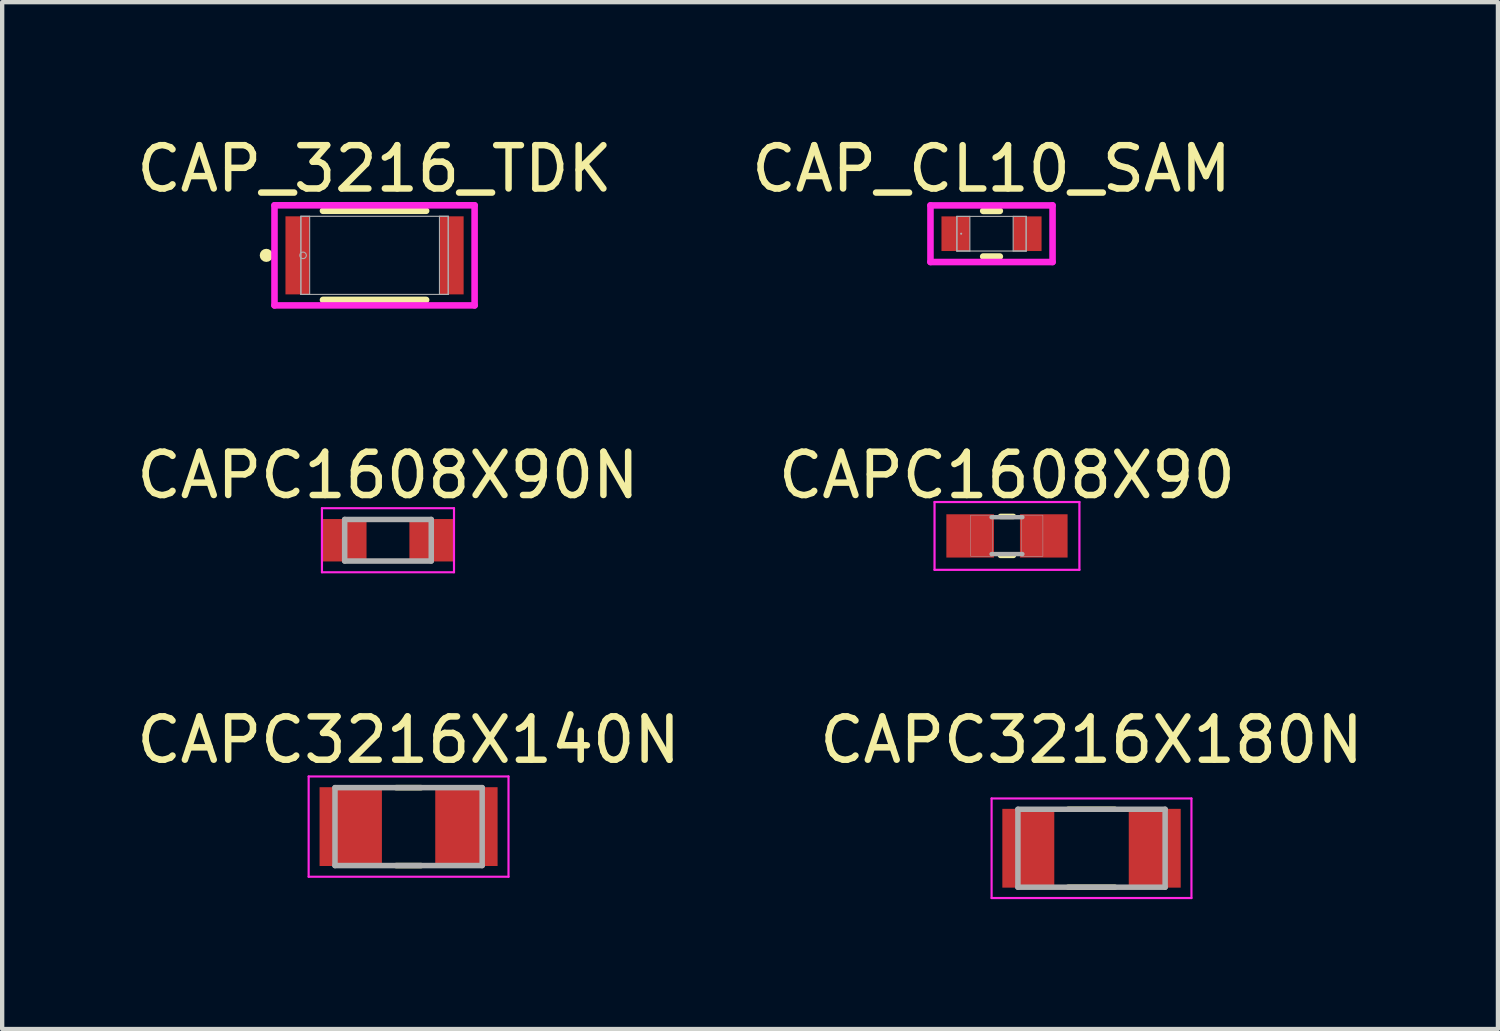
<source format=kicad_pcb>
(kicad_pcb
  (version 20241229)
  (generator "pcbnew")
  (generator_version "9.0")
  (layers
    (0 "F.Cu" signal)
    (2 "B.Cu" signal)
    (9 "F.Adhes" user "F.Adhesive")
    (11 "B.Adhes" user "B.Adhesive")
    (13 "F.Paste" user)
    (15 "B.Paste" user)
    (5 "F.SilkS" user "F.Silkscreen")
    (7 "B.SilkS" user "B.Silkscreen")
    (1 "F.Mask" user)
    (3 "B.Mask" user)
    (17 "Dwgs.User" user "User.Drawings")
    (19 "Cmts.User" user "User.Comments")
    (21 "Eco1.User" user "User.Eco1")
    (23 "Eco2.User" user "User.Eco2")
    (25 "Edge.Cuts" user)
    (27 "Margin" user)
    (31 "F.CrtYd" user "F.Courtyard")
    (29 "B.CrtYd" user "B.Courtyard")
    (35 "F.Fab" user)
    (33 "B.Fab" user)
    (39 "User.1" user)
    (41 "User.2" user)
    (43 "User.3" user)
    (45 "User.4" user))
  (footprint "CAPC1608X90N"
    (layer "F.Cu")
    (at 5.911 9.428)
    (property "Reference" "CAPC1608X90N" (at 0 -1.5 0) (layer "F.SilkS") (effects (font (size 1 1) (thickness 0.15))))
    (attr smd)
    (fp_line (start -1.525 -0.74) (end 1.525 -0.74) (stroke (width 0.05) (type solid)) (layer "F.CrtYd"))
    (fp_line (start -1.525 0.74) (end -1.525 -0.74) (stroke (width 0.05) (type solid)) (layer "F.CrtYd"))
    (fp_line (start -1.525 0.74) (end 1.525 0.74) (stroke (width 0.05) (type solid)) (layer "F.CrtYd"))
    (fp_line (start 1.525 0.74) (end 1.525 -0.74) (stroke (width 0.05) (type solid)) (layer "F.CrtYd"))
    (fp_line (start -1 0.48) (end -1 -0.48) (stroke (width 0.127) (type solid)) (layer "F.Fab"))
    (fp_line (start 1 -0.48) (end -1 -0.48) (stroke (width 0.127) (type solid)) (layer "F.Fab"))
    (fp_line (start 1 0.48) (end -1 0.48) (stroke (width 0.127) (type solid)) (layer "F.Fab"))
    (fp_line (start 1 0.48) (end 1 -0.48) (stroke (width 0.127) (type solid)) (layer "F.Fab"))
    (pad "1" smd rect (at -1 0) (size 1.01 0.98) (layers "F.Cu" "F.Mask" "F.Paste"))
    (pad "2" smd rect (at 1 0) (size 1.01 0.98) (layers "F.Cu" "F.Mask" "F.Paste")))
  (footprint "CAP_CL10_SAM"
    (layer "F.Cu")
    (at 19.851 2.348)
    (property "Reference" "CAP_CL10_SAM" (at 0 -1.5 0) (unlocked yes) (layer "F.SilkS") (effects (font (size 1 1) (thickness 0.15))))
    (attr smd)
    (fp_line (start -0.192 0.527) (end 0.192 0.527) (stroke (width 0.152) (type solid)) (layer "F.SilkS"))
    (fp_line (start 0.192 -0.527) (end -0.192 -0.527) (stroke (width 0.152) (type solid)) (layer "F.SilkS"))
    (fp_line (start -1.41 -0.654) (end 1.41 -0.654) (stroke (width 0.152) (type solid)) (layer "F.CrtYd"))
    (fp_line (start -1.41 0.654) (end -1.41 -0.654) (stroke (width 0.152) (type solid)) (layer "F.CrtYd"))
    (fp_line (start 1.41 -0.654) (end 1.41 0.654) (stroke (width 0.152) (type solid)) (layer "F.CrtYd"))
    (fp_line (start 1.41 0.654) (end -1.41 0.654) (stroke (width 0.152) (type solid)) (layer "F.CrtYd"))
    (fp_line (start -0.8 -0.4) (end -0.8 0.4) (stroke (width 0.025) (type solid)) (layer "F.Fab"))
    (fp_line (start -0.8 -0.4) (end -0.8 0.4) (stroke (width 0.025) (type solid)) (layer "F.Fab"))
    (fp_line (start -0.8 0.4) (end -0.5 0.4) (stroke (width 0.025) (type solid)) (layer "F.Fab"))
    (fp_line (start -0.8 0.4) (end 0.8 0.4) (stroke (width 0.025) (type solid)) (layer "F.Fab"))
    (fp_line (start -0.5 -0.4) (end -0.8 -0.4) (stroke (width 0.025) (type solid)) (layer "F.Fab"))
    (fp_line (start -0.5 0.4) (end -0.5 -0.4) (stroke (width 0.025) (type solid)) (layer "F.Fab"))
    (fp_line (start 0.5 -0.4) (end 0.5 0.4) (stroke (width 0.025) (type solid)) (layer "F.Fab"))
    (fp_line (start 0.5 0.4) (end 0.8 0.4) (stroke (width 0.025) (type solid)) (layer "F.Fab"))
    (fp_line (start 0.8 -0.4) (end -0.8 -0.4) (stroke (width 0.025) (type solid)) (layer "F.Fab"))
    (fp_line (start 0.8 -0.4) (end 0.5 -0.4) (stroke (width 0.025) (type solid)) (layer "F.Fab"))
    (fp_line (start 0.8 0.4) (end 0.8 -0.4) (stroke (width 0.025) (type solid)) (layer "F.Fab"))
    (fp_line (start 0.8 0.4) (end 0.8 -0.4) (stroke (width 0.025) (type solid)) (layer "F.Fab"))
    (fp_circle (center -0.701 0) (end -0.701 0) (stroke (width 0.025) (type solid)) (fill no) (layer "F.Fab"))
    (pad "1" smd rect (at -0.828 0) (size 0.656 0.8) (layers "F.Cu" "F.Mask" "F.Paste"))
    (pad "2" smd rect (at 0.828 0) (size 0.656 0.8) (layers "F.Cu" "F.Mask" "F.Paste"))
    (zone (net_name "") (layer "F.Cu") (hatch full 0.508) (connect_pads) (min_thickness 0.254) (filled_areas_thickness no) (keepout (tracks not_allowed) (vias not_allowed) (pads allowed) (copperpour not_allowed) (footprints allowed)) (placement (enabled no)) (fill) (polygon (pts (xy 19.402 1.999) (xy 20.3 1.999) (xy 20.3 2.697) (xy 19.402 2.697)))))
  (footprint "CAPC3216X180N"
    (layer "F.Cu")
    (at 22.161 16.542)
    (property "Reference" "CAPC3216X180N" (at 0 -2.5 0) (layer "F.SilkS") (effects (font (size 1 1) (thickness 0.15))))
    (attr smd)
    (fp_line (start -0.54 -0.9) (end 0.54 -0.9) (stroke (width 0.127) (type solid)) (layer "F.SilkS"))
    (fp_line (start -0.54 0.9) (end 0.54 0.9) (stroke (width 0.127) (type solid)) (layer "F.SilkS"))
    (fp_line (start -2.308 -1.15) (end 2.308 -1.15) (stroke (width 0.05) (type solid)) (layer "F.CrtYd"))
    (fp_line (start -2.308 1.15) (end -2.308 -1.15) (stroke (width 0.05) (type solid)) (layer "F.CrtYd"))
    (fp_line (start -2.308 1.15) (end 2.308 1.15) (stroke (width 0.05) (type solid)) (layer "F.CrtYd"))
    (fp_line (start 2.308 1.15) (end 2.308 -1.15) (stroke (width 0.05) (type solid)) (layer "F.CrtYd"))
    (fp_line (start -1.7 0.9) (end -1.7 -0.9) (stroke (width 0.127) (type solid)) (layer "F.Fab"))
    (fp_line (start 1.7 -0.9) (end -1.7 -0.9) (stroke (width 0.127) (type solid)) (layer "F.Fab"))
    (fp_line (start 1.7 0.9) (end -1.7 0.9) (stroke (width 0.127) (type solid)) (layer "F.Fab"))
    (fp_line (start 1.7 0.9) (end 1.7 -0.9) (stroke (width 0.127) (type solid)) (layer "F.Fab"))
    (pad "1" smd rect (at -1.46 0) (size 1.2 1.82) (layers "F.Cu" "F.Mask" "F.Paste"))
    (pad "2" smd rect (at 1.46 0) (size 1.2 1.82) (layers "F.Cu" "F.Mask" "F.Paste")))
  (footprint "CAPC1608X90"
    (layer "F.Cu")
    (at 20.208 9.328)
    (property "Reference" "CAPC1608X90" (at 0 -1.4 0) (layer "F.SilkS") (effects (font (size 1 1) (thickness 0.15))))
    (attr smd)
    (fp_line (start -0.15 -0.45) (end 0.15 -0.45) (stroke (width 0.127) (type solid)) (layer "F.SilkS"))
    (fp_line (start -0.15 0.45) (end 0.15 0.45) (stroke (width 0.127) (type solid)) (layer "F.SilkS"))
    (fp_line (start -1.673 -0.783) (end 1.673 -0.783) (stroke (width 0.051) (type solid)) (layer "F.CrtYd"))
    (fp_line (start -1.673 0.783) (end -1.673 -0.783) (stroke (width 0.051) (type solid)) (layer "F.CrtYd"))
    (fp_line (start 1.673 -0.783) (end 1.673 0.783) (stroke (width 0.051) (type solid)) (layer "F.CrtYd"))
    (fp_line (start 1.673 0.783) (end -1.673 0.783) (stroke (width 0.051) (type solid)) (layer "F.CrtYd"))
    (fp_line (start -0.356 -0.432) (end 0.356 -0.432) (stroke (width 0.102) (type solid)) (layer "F.Fab"))
    (fp_line (start -0.356 0.419) (end 0.356 0.419) (stroke (width 0.102) (type solid)) (layer "F.Fab"))
    (fp_poly (pts (xy -0.839 -0.48) (xy -0.338 -0.48) (xy -0.338 0.47) (xy -0.839 0.47)) (stroke (width 0.01) (type solid)) (fill no) (layer "F.Fab"))
    (fp_poly (pts (xy 0.331 -0.48) (xy 0.83 -0.48) (xy 0.83 0.471) (xy 0.331 0.471)) (stroke (width 0.01) (type solid)) (fill no) (layer "F.Fab"))
    (pad "1" smd rect (at -0.85 0) (size 1.1 1) (layers "F.Cu" "F.Mask" "F.Paste"))
    (pad "2" smd rect (at 0.85 0) (size 1.1 1) (layers "F.Cu" "F.Mask" "F.Paste")))
  (footprint "CAPC3216X140N"
    (layer "F.Cu")
    (at 6.387 16.042)
    (property "Reference" "CAPC3216X140N" (at 0 -2 0) (layer "F.SilkS") (effects (font (size 1 1) (thickness 0.15))))
    (attr smd)
    (fp_line (start -0.29 -0.9) (end 0.29 -0.9) (stroke (width 0.127) (type solid)) (layer "F.SilkS"))
    (fp_line (start -0.29 0.9) (end 0.29 0.9) (stroke (width 0.127) (type solid)) (layer "F.SilkS"))
    (fp_line (start -2.308 -1.158) (end 2.308 -1.158) (stroke (width 0.05) (type solid)) (layer "F.CrtYd"))
    (fp_line (start -2.308 1.158) (end -2.308 -1.158) (stroke (width 0.05) (type solid)) (layer "F.CrtYd"))
    (fp_line (start -2.308 1.158) (end 2.308 1.158) (stroke (width 0.05) (type solid)) (layer "F.CrtYd"))
    (fp_line (start 2.308 1.158) (end 2.308 -1.158) (stroke (width 0.05) (type solid)) (layer "F.CrtYd"))
    (fp_line (start -1.7 0.9) (end -1.7 -0.9) (stroke (width 0.127) (type solid)) (layer "F.Fab"))
    (fp_line (start 1.7 -0.9) (end -1.7 -0.9) (stroke (width 0.127) (type solid)) (layer "F.Fab"))
    (fp_line (start 1.7 0.9) (end -1.7 0.9) (stroke (width 0.127) (type solid)) (layer "F.Fab"))
    (fp_line (start 1.7 0.9) (end 1.7 -0.9) (stroke (width 0.127) (type solid)) (layer "F.Fab"))
    (pad "1" smd rect (at -1.336 0) (size 1.44 1.82) (layers "F.Cu" "F.Mask" "F.Paste"))
    (pad "2" smd rect (at 1.336 0) (size 1.44 1.82) (layers "F.Cu" "F.Mask" "F.Paste")))
  (footprint "CAP_3216_TDK"
    (layer "F.Cu")
    (at 5.601 2.848)
    (property "Reference" "CAP_3216_TDK" (at 0 -2 0) (unlocked yes) (layer "F.SilkS") (effects (font (size 1 1) (thickness 0.15))))
    (attr smd)
    (fp_line (start -1.191 1.029) (end 1.191 1.029) (stroke (width 0.152) (type solid)) (layer "F.SilkS"))
    (fp_line (start 1.191 -1.029) (end -1.191 -1.029) (stroke (width 0.152) (type solid)) (layer "F.SilkS"))
    (fp_circle (center -2.5 0) (end -2.424 0) (stroke (width 0.152) (type solid)) (fill no) (layer "F.SilkS"))
    (fp_line (start -2.311 -1.156) (end 2.311 -1.156) (stroke (width 0.152) (type solid)) (layer "F.CrtYd"))
    (fp_line (start -2.311 1.156) (end -2.311 -1.156) (stroke (width 0.152) (type solid)) (layer "F.CrtYd"))
    (fp_line (start 2.311 -1.156) (end 2.311 1.156) (stroke (width 0.152) (type solid)) (layer "F.CrtYd"))
    (fp_line (start 2.311 1.156) (end -2.311 1.156) (stroke (width 0.152) (type solid)) (layer "F.CrtYd"))
    (fp_line (start -1.702 -0.902) (end -1.702 0.902) (stroke (width 0.025) (type solid)) (layer "F.Fab"))
    (fp_line (start -1.702 -0.902) (end -1.702 0.902) (stroke (width 0.025) (type solid)) (layer "F.Fab"))
    (fp_line (start -1.702 0.902) (end -1.499 0.902) (stroke (width 0.025) (type solid)) (layer "F.Fab"))
    (fp_line (start -1.702 0.902) (end 1.702 0.902) (stroke (width 0.025) (type solid)) (layer "F.Fab"))
    (fp_line (start -1.499 -0.902) (end -1.702 -0.902) (stroke (width 0.025) (type solid)) (layer "F.Fab"))
    (fp_line (start -1.499 0.902) (end -1.499 -0.902) (stroke (width 0.025) (type solid)) (layer "F.Fab"))
    (fp_line (start 1.499 -0.902) (end 1.499 0.902) (stroke (width 0.025) (type solid)) (layer "F.Fab"))
    (fp_line (start 1.499 0.902) (end 1.702 0.902) (stroke (width 0.025) (type solid)) (layer "F.Fab"))
    (fp_line (start 1.702 -0.902) (end -1.702 -0.902) (stroke (width 0.025) (type solid)) (layer "F.Fab"))
    (fp_line (start 1.702 -0.902) (end 1.499 -0.902) (stroke (width 0.025) (type solid)) (layer "F.Fab"))
    (fp_line (start 1.702 0.902) (end 1.702 -0.902) (stroke (width 0.025) (type solid)) (layer "F.Fab"))
    (fp_line (start 1.702 0.902) (end 1.702 -0.902) (stroke (width 0.025) (type solid)) (layer "F.Fab"))
    (fp_circle (center -1.651 0) (end -1.575 0) (stroke (width 0.025) (type solid)) (fill no) (layer "F.Fab"))
    (pad "1" smd rect (at -1.778 0) (size 0.559 1.803) (layers "F.Cu" "F.Mask" "F.Paste"))
    (pad "2" smd rect (at 1.778 0) (size 0.559 1.803) (layers "F.Cu" "F.Mask" "F.Paste"))
    (zone (net_name "") (layer "F.Cu") (hatch full 0.508) (connect_pads) (min_thickness 0.254) (filled_areas_thickness no) (keepout (tracks not_allowed) (vias not_allowed) (pads allowed) (copperpour not_allowed) (footprints allowed)) (placement (enabled no)) (fill) (polygon (pts (xy 4.153 1.997) (xy 7.049 1.997) (xy 7.049 3.699) (xy 4.153 3.699)))))
  (gr_rect
    (start -3 -3)
    (end 31.548 20.717)
    (stroke (width 0.1) (type default))
    (fill no)
    (layer "Edge.Cuts")))
</source>
